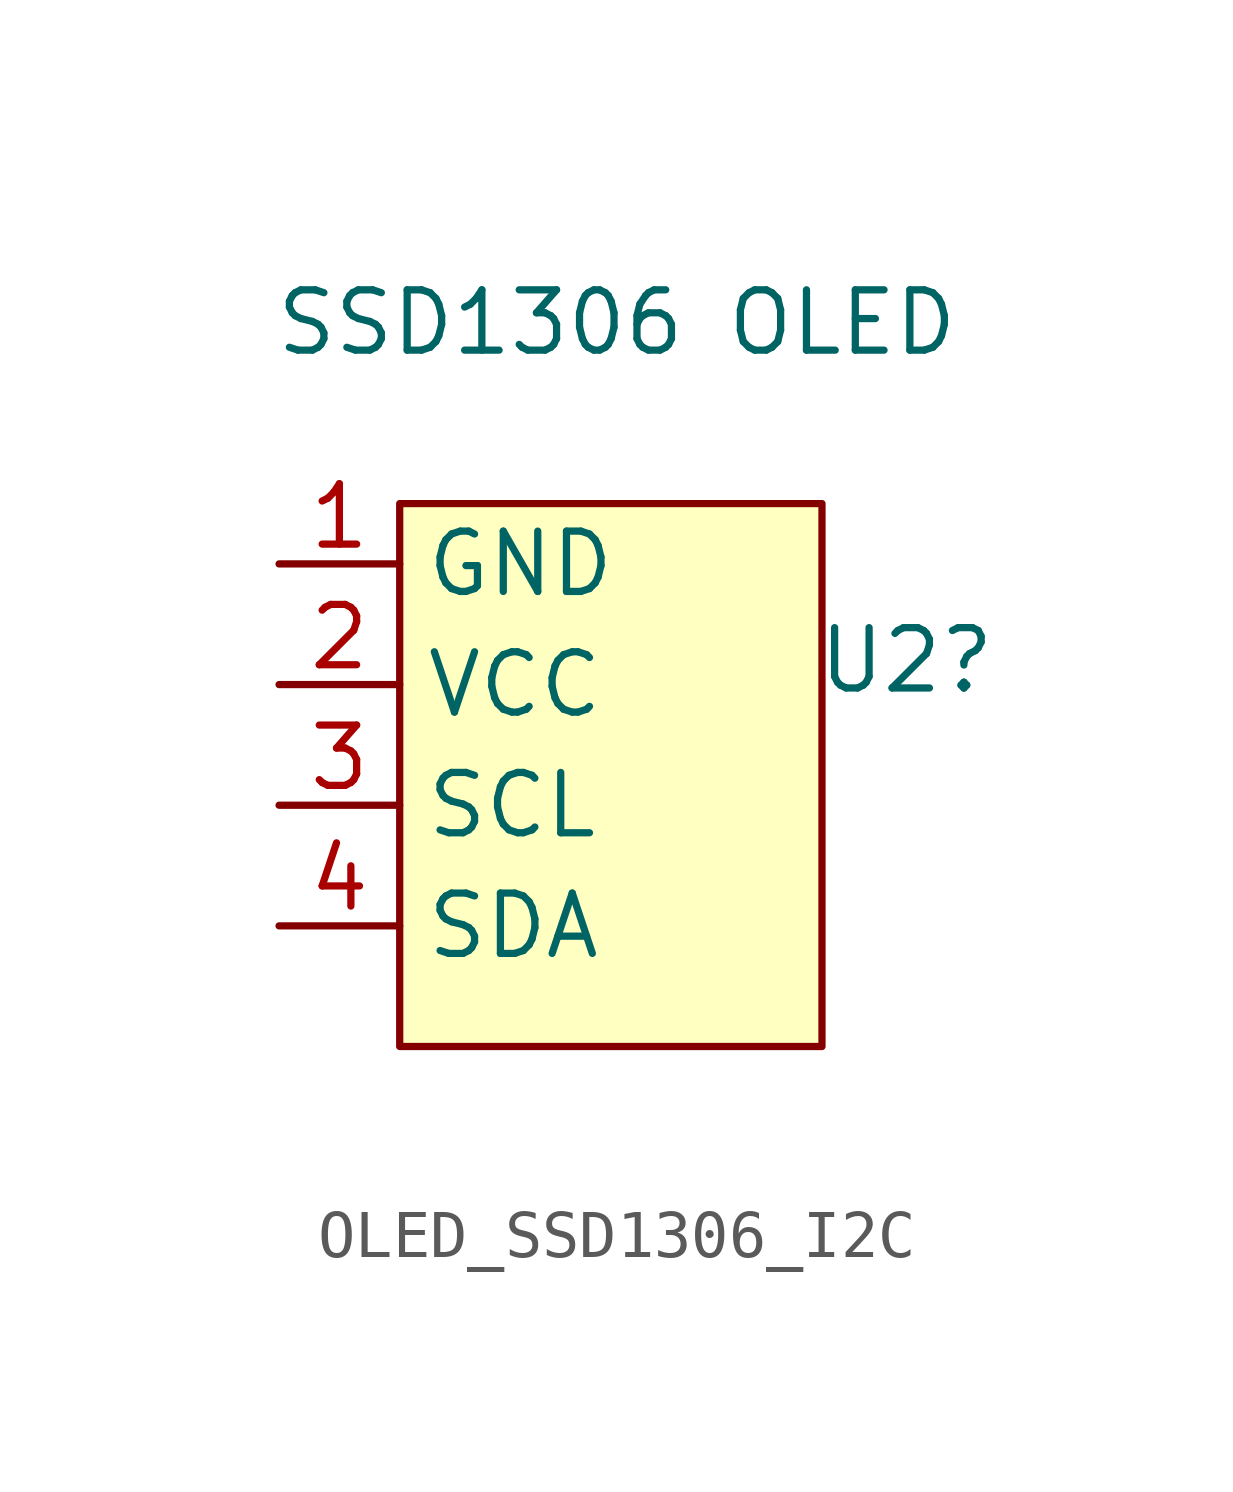
<source format=kicad_sym>
(kicad_symbol_lib
  (version 20241209)
  (generator "kicad_symbol_editor")
  (generator_version "9.0")
  (symbol "OLED_SSD1306_I2C"
    (property "Reference" "U2"
      (at 6.858 1.778 0)
      (effects (font (size 1.27 1.27))))
    (property "Value" "SSD1306 OLED"
      (at 0.762 8.89 0)
      (effects (font (size 1.27 1.27))))
    (property "Footprint" ""
      (at 3.048 -7.62 0)
      (effects (font (size 0.508 0.508))))
    (symbol "OLED_SSD1306_I2C_1_1"
      (rectangle (start -3.81 5.08) (end 5.08 -6.35) (stroke (width 0) (type solid)) (fill (type color) (color 255 255 194 1)))
      (pin power_in line (at -6.35 3.81 0) (length 2.54) (name "GND" (effects (font (size 1.27 1.27)))) (number "1" (effects (font (size 1.27 1.27)))))
      (pin power_in line (at -6.35 1.27 0) (length 2.54) (name "VCC" (effects (font (size 1.27 1.27)))) (number "2" (effects (font (size 1.27 1.27)))))
      (pin input line (at -6.35 -1.27 0) (length 2.54) (name "SCL" (effects (font (size 1.27 1.27)))) (number "3" (effects (font (size 1.27 1.27)))))
      (pin bidirectional line (at -6.35 -3.81 0) (length 2.54) (name "SDA" (effects (font (size 1.27 1.27)))) (number "4" (effects (font (size 1.27 1.27))))))))
</source>
